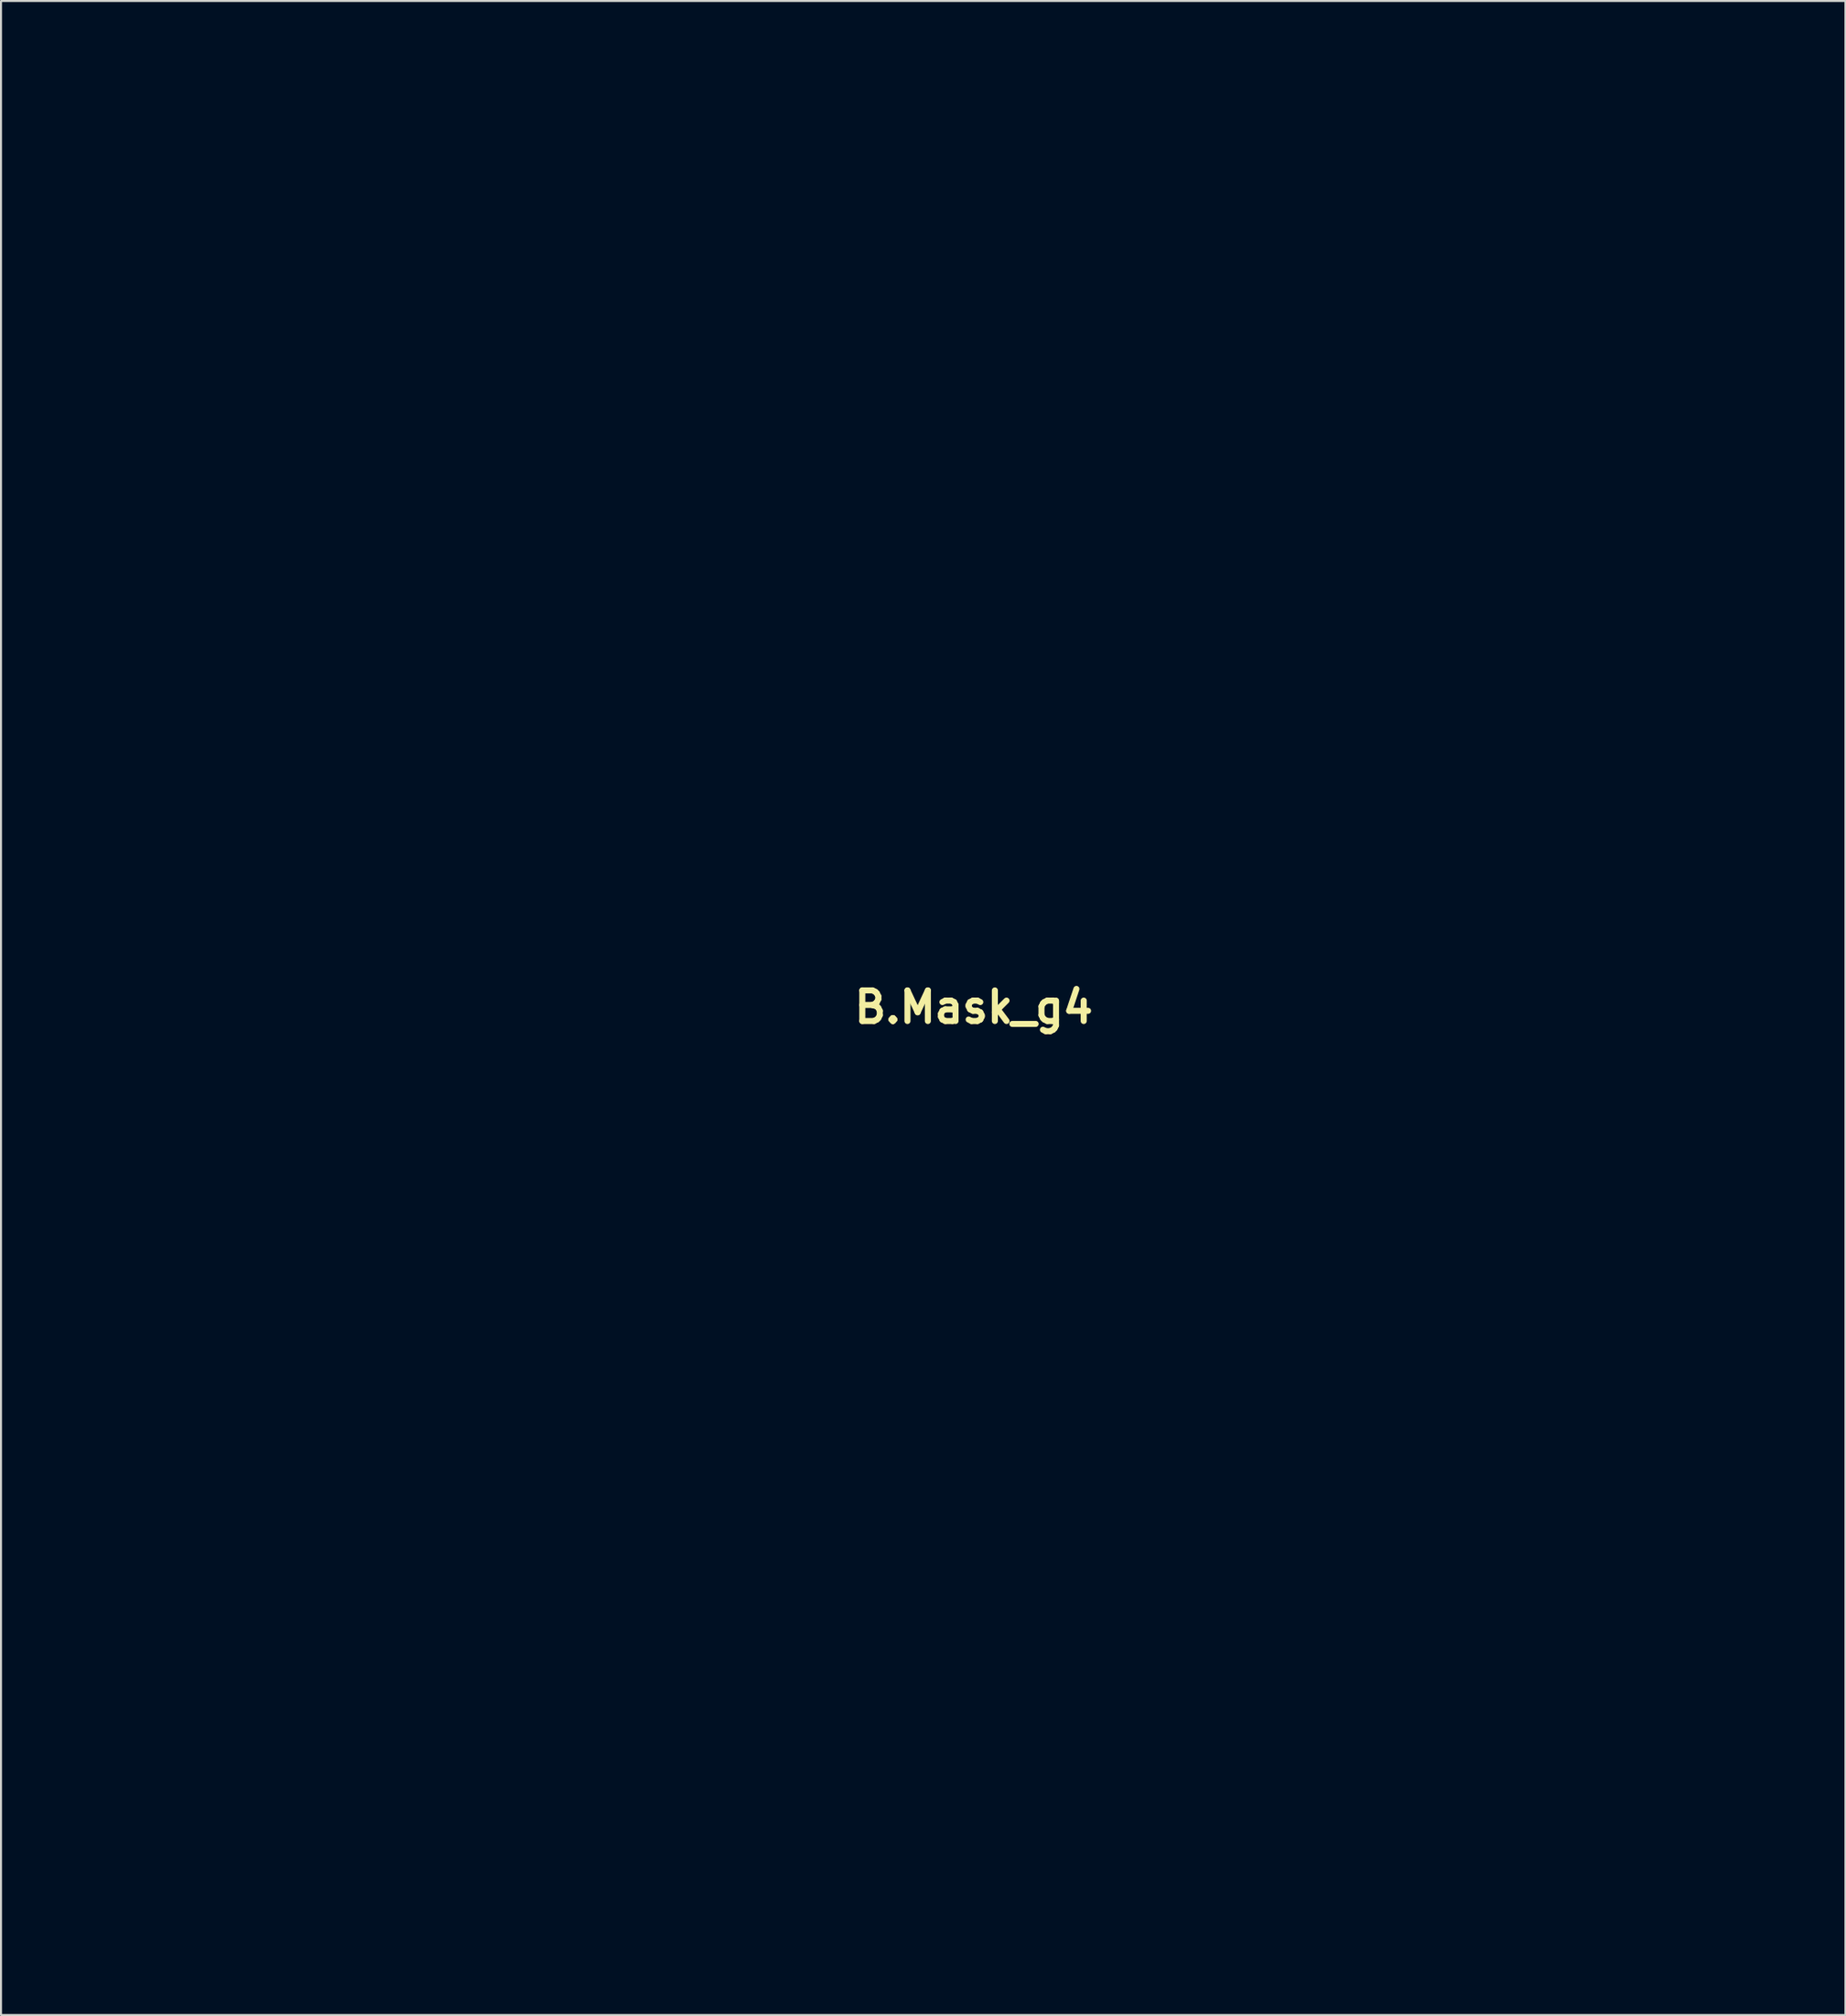
<source format=kicad_pcb>
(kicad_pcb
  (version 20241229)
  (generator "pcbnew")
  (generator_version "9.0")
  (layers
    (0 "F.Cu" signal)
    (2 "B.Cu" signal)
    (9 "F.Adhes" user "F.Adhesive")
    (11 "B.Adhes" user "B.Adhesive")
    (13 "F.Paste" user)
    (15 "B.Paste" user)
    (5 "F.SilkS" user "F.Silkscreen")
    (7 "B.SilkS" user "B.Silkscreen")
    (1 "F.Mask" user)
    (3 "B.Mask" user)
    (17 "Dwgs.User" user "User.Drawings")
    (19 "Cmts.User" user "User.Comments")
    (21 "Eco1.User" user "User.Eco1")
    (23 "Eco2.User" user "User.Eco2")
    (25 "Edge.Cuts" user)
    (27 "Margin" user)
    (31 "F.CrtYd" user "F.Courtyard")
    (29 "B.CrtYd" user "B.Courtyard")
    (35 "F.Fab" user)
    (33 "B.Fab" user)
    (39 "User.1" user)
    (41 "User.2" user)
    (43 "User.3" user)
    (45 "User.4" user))
  (footprint "B.Mask_g4"
    (layer "F.Cu")
    (at 45.465 47.104)
    (property "Reference" "B.Mask_g4" (at 0 0 0) (layer "F.SilkS") (effects (font (size 1.524 1.524) (thickness 0.3))))
    (attr through_hole)
    (fp_poly (pts (xy -5.654 -18.196) (xy -5.269 -18.175) (xy -4.918 -18.142) (xy -4.619 -18.098) (xy -4.386 -18.045) (xy -4.365 -18.039) (xy -4.018 -17.889) (xy -3.676 -17.664) (xy -3.349 -17.372) (xy -3.043 -17.02) (xy -2.764 -16.619) (xy -2.522 -16.177) (xy -2.322 -15.701) (xy -2.265 -15.536) (xy -2.18 -15.19) (xy -2.131 -14.814) (xy -2.119 -14.437) (xy -2.147 -14.089) (xy -2.179 -13.922) (xy -2.354 -13.377) (xy -2.608 -12.846) (xy -2.936 -12.338) (xy -3.333 -11.86) (xy -3.793 -11.418) (xy -4.311 -11.02) (xy -4.374 -10.977) (xy -4.778 -10.757) (xy -5.209 -10.616) (xy -5.664 -10.556) (xy -6.142 -10.577) (xy -6.329 -10.606) (xy -6.864 -10.72) (xy -7.387 -10.862) (xy -7.879 -11.025) (xy -8.324 -11.203) (xy -8.702 -11.39) (xy -8.718 -11.399) (xy -9.09 -11.651) (xy -9.443 -11.968) (xy -9.759 -12.332) (xy -10.019 -12.723) (xy -10.092 -12.859) (xy -10.179 -13.07) (xy -10.261 -13.337) (xy -10.333 -13.631) (xy -10.387 -13.926) (xy -10.417 -14.192) (xy -10.422 -14.309) (xy -10.386 -14.653) (xy -10.282 -15.025) (xy -10.119 -15.415) (xy -9.904 -15.812) (xy -9.643 -16.204) (xy -9.345 -16.581) (xy -9.016 -16.931) (xy -8.663 -17.242) (xy -8.372 -17.455) (xy -7.936 -17.722) (xy -7.529 -17.924) (xy -7.131 -18.067) (xy -6.726 -18.156) (xy -6.295 -18.198) (xy -6.059 -18.203) (xy -5.654 -18.196)) (stroke (width 0.01) (type solid)) (fill yes) (layer "B.Mask"))
    (fp_poly (pts (xy -19.426 -18.005) (xy -19.205 -17.888) (xy -18.986 -17.761) (xy -18.794 -17.639) (xy -18.653 -17.536) (xy -18.648 -17.532) (xy -18.346 -17.244) (xy -18.057 -16.896) (xy -17.791 -16.506) (xy -17.558 -16.092) (xy -17.369 -15.673) (xy -17.235 -15.268) (xy -17.183 -15.019) (xy -17.15 -14.558) (xy -17.19 -14.073) (xy -17.298 -13.578) (xy -17.471 -13.089) (xy -17.704 -12.618) (xy -17.866 -12.36) (xy -18.068 -12.099) (xy -18.326 -11.818) (xy -18.622 -11.536) (xy -18.936 -11.269) (xy -19.248 -11.036) (xy -19.538 -10.854) (xy -19.559 -10.843) (xy -19.893 -10.692) (xy -20.252 -10.59) (xy -20.648 -10.535) (xy -21.096 -10.525) (xy -21.47 -10.546) (xy -22.085 -10.633) (xy -22.722 -10.798) (xy -23.384 -11.041) (xy -23.455 -11.071) (xy -23.945 -11.324) (xy -24.382 -11.637) (xy -24.759 -12.005) (xy -25.072 -12.424) (xy -25.271 -12.789) (xy -25.377 -13.041) (xy -25.451 -13.278) (xy -25.497 -13.526) (xy -25.521 -13.811) (xy -25.526 -14.116) (xy -25.515 -14.522) (xy -25.478 -14.867) (xy -25.408 -15.174) (xy -25.3 -15.465) (xy -25.146 -15.761) (xy -24.951 -16.071) (xy -24.704 -16.409) (xy -24.443 -16.714) (xy -24.183 -16.969) (xy -23.957 -17.147) (xy -23.842 -17.219) (xy -23.666 -17.318) (xy -23.448 -17.435) (xy -23.203 -17.563) (xy -22.949 -17.691) (xy -22.937 -17.697) (xy -22.575 -17.871) (xy -22.266 -18.005) (xy -21.99 -18.105) (xy -21.726 -18.176) (xy -21.455 -18.222) (xy -21.157 -18.249) (xy -20.811 -18.261) (xy -20.632 -18.263) (xy -19.95 -18.267) (xy -19.426 -18.005)) (stroke (width 0.01) (type solid)) (fill yes) (layer "B.Mask"))
    (fp_poly (pts (xy 0.154 -47.08) (xy 0.536 -47.031) (xy 0.908 -46.962) (xy 1.275 -46.871) (xy 1.646 -46.755) (xy 2.025 -46.61) (xy 2.421 -46.432) (xy 2.839 -46.219) (xy 3.286 -45.968) (xy 3.77 -45.675) (xy 4.296 -45.337) (xy 4.871 -44.95) (xy 5.503 -44.512) (xy 5.635 -44.419) (xy 6.089 -44.115) (xy 6.51 -43.869) (xy 6.916 -43.672) (xy 7.112 -43.591) (xy 7.344 -43.521) (xy 7.637 -43.461) (xy 7.967 -43.416) (xy 8.309 -43.387) (xy 8.64 -43.377) (xy 8.936 -43.389) (xy 8.975 -43.393) (xy 9.569 -43.462) (xy 10.099 -43.543) (xy 10.585 -43.642) (xy 11.047 -43.762) (xy 11.505 -43.909) (xy 11.98 -44.088) (xy 12.226 -44.189) (xy 12.736 -44.4) (xy 13.183 -44.576) (xy 13.58 -44.718) (xy 13.94 -44.832) (xy 14.274 -44.919) (xy 14.596 -44.983) (xy 14.917 -45.028) (xy 15.251 -45.057) (xy 15.6 -45.073) (xy 15.904 -45.079) (xy 16.147 -45.08) (xy 16.351 -45.072) (xy 16.539 -45.056) (xy 16.733 -45.03) (xy 16.87 -45.007) (xy 17.584 -44.844) (xy 18.262 -44.604) (xy 18.901 -44.29) (xy 19.499 -43.904) (xy 20.053 -43.446) (xy 20.561 -42.919) (xy 21.02 -42.324) (xy 21.082 -42.233) (xy 21.212 -42.026) (xy 21.358 -41.776) (xy 21.505 -41.506) (xy 21.641 -41.242) (xy 21.754 -41.007) (xy 21.815 -40.862) (xy 21.87 -40.754) (xy 21.927 -40.69) (xy 21.948 -40.682) (xy 22.015 -40.688) (xy 22.144 -40.704) (xy 22.315 -40.727) (xy 22.446 -40.746) (xy 22.831 -40.797) (xy 23.281 -40.849) (xy 23.778 -40.899) (xy 24.302 -40.948) (xy 24.835 -40.992) (xy 25.357 -41.03) (xy 25.85 -41.061) (xy 26.294 -41.083) (xy 26.607 -41.093) (xy 27.714 -41.095) (xy 28.802 -41.052) (xy 29.865 -40.965) (xy 30.897 -40.835) (xy 31.89 -40.663) (xy 32.839 -40.452) (xy 33.736 -40.201) (xy 34.576 -39.913) (xy 35.351 -39.589) (xy 36.056 -39.23) (xy 36.104 -39.203) (xy 36.793 -38.76) (xy 37.426 -38.255) (xy 38.002 -37.689) (xy 38.519 -37.064) (xy 38.977 -36.379) (xy 39.375 -35.638) (xy 39.711 -34.84) (xy 39.986 -33.988) (xy 40.195 -33.101) (xy 40.334 -32.234) (xy 40.412 -31.373) (xy 40.426 -30.51) (xy 40.377 -29.635) (xy 40.263 -28.742) (xy 40.084 -27.822) (xy 39.839 -26.866) (xy 39.562 -25.971) (xy 39.254 -25.12) (xy 38.882 -24.229) (xy 38.452 -23.309) (xy 37.971 -22.371) (xy 37.445 -21.424) (xy 36.878 -20.478) (xy 36.277 -19.544) (xy 35.647 -18.631) (xy 34.995 -17.751) (xy 34.397 -16.997) (xy 33.543 -15.998) (xy 32.653 -15.033) (xy 31.738 -14.114) (xy 30.808 -13.249) (xy 29.873 -12.448) (xy 29.062 -11.811) (xy 28.32 -11.271) (xy 27.567 -10.76) (xy 26.791 -10.271) (xy 25.979 -9.796) (xy 25.122 -9.33) (xy 24.206 -8.865) (xy 23.221 -8.395) (xy 23.029 -8.307) (xy 22.783 -8.195) (xy 22.508 -8.071) (xy 22.216 -7.942) (xy 21.92 -7.812) (xy 21.63 -7.687) (xy 21.361 -7.571) (xy 21.122 -7.469) (xy 20.927 -7.388) (xy 20.787 -7.332) (xy 20.721 -7.308) (xy 20.667 -7.264) (xy 20.6 -7.159) (xy 20.514 -6.984) (xy 20.436 -6.805) (xy 20.094 -6.096) (xy 19.67 -5.408) (xy 19.165 -4.743) (xy 18.578 -4.099) (xy 18.543 -4.063) (xy 18.257 -3.787) (xy 17.974 -3.532) (xy 17.678 -3.287) (xy 17.354 -3.04) (xy 16.986 -2.779) (xy 16.56 -2.491) (xy 16.531 -2.472) (xy 16.196 -2.24) (xy 15.883 -2.002) (xy 15.604 -1.768) (xy 15.37 -1.547) (xy 15.19 -1.349) (xy 15.09 -1.208) (xy 15.04 -1.104) (xy 14.971 -0.941) (xy 14.891 -0.739) (xy 14.81 -0.518) (xy 14.793 -0.467) (xy 14.707 -0.228) (xy 14.616 0.013) (xy 14.531 0.23) (xy 14.461 0.396) (xy 14.455 0.41) (xy 14.208 0.873) (xy 13.905 1.318) (xy 13.559 1.724) (xy 13.189 2.069) (xy 13.13 2.117) (xy 12.996 2.227) (xy 12.893 2.325) (xy 12.836 2.395) (xy 12.829 2.413) (xy 12.834 2.469) (xy 12.85 2.599) (xy 12.875 2.791) (xy 12.908 3.035) (xy 12.947 3.322) (xy 12.992 3.639) (xy 13.019 3.831) (xy 13.107 4.48) (xy 13.176 5.058) (xy 13.227 5.577) (xy 13.26 6.047) (xy 13.275 6.481) (xy 13.272 6.89) (xy 13.252 7.286) (xy 13.215 7.679) (xy 13.161 8.083) (xy 13.119 8.346) (xy 13.048 8.739) (xy 12.974 9.08) (xy 12.891 9.389) (xy 12.792 9.683) (xy 12.671 9.983) (xy 12.52 10.307) (xy 12.333 10.673) (xy 12.23 10.869) (xy 12.03 11.242) (xy 11.863 11.551) (xy 11.724 11.805) (xy 11.607 12.013) (xy 11.506 12.187) (xy 11.416 12.335) (xy 11.33 12.468) (xy 11.243 12.595) (xy 11.166 12.704) (xy 11.054 12.866) (xy 10.925 13.062) (xy 10.788 13.278) (xy 10.653 13.496) (xy 10.53 13.7) (xy 10.429 13.876) (xy 10.359 14.007) (xy 10.336 14.058) (xy 10.3 14.122) (xy 10.222 14.243) (xy 10.11 14.411) (xy 9.971 14.614) (xy 9.813 14.842) (xy 9.644 15.083) (xy 9.472 15.326) (xy 9.304 15.561) (xy 9.148 15.776) (xy 9.012 15.96) (xy 8.903 16.102) (xy 8.887 16.123) (xy 8.78 16.265) (xy 8.691 16.395) (xy 8.637 16.489) (xy 8.632 16.501) (xy 8.594 16.584) (xy 8.522 16.73) (xy 8.422 16.928) (xy 8.299 17.165) (xy 8.161 17.43) (xy 8.012 17.711) (xy 7.86 17.998) (xy 7.71 18.277) (xy 7.569 18.539) (xy 7.442 18.77) (xy 7.337 18.96) (xy 7.258 19.097) (xy 7.248 19.113) (xy 6.937 19.605) (xy 6.585 20.127) (xy 6.208 20.652) (xy 5.828 21.154) (xy 5.546 21.505) (xy 5.077 22.077) (xy 4.623 22.638) (xy 4.188 23.183) (xy 3.778 23.706) (xy 3.394 24.202) (xy 3.043 24.665) (xy 2.727 25.091) (xy 2.451 25.474) (xy 2.218 25.808) (xy 2.034 26.088) (xy 1.916 26.284) (xy 1.806 26.482) (xy 1.675 26.725) (xy 1.539 26.983) (xy 1.414 27.225) (xy 1.413 27.228) (xy 1.295 27.451) (xy 1.171 27.67) (xy 1.054 27.864) (xy 0.958 28.008) (xy 0.946 28.024) (xy 0.609 28.41) (xy 0.213 28.757) (xy -0.225 29.052) (xy -0.684 29.28) (xy -0.836 29.338) (xy -0.989 29.394) (xy -1.094 29.446) (xy -1.177 29.512) (xy -1.259 29.611) (xy -1.364 29.761) (xy -1.365 29.764) (xy -1.639 30.145) (xy -1.957 30.552) (xy -2.311 30.976) (xy -2.689 31.407) (xy -3.084 31.835) (xy -3.485 32.25) (xy -3.884 32.643) (xy -4.27 33.004) (xy -4.635 33.322) (xy -4.968 33.588) (xy -5.21 33.76) (xy -5.359 33.852) (xy -5.559 33.969) (xy -5.787 34.097) (xy -6.019 34.223) (xy -6.071 34.25) (xy -6.638 34.547) (xy -7.01 35.043) (xy -7.308 35.435) (xy -7.619 35.835) (xy -7.93 36.229) (xy -8.231 36.601) (xy -8.507 36.935) (xy -8.747 37.215) (xy -8.749 37.217) (xy -9.143 37.667) (xy -9.476 38.529) (xy -9.58 38.796) (xy -9.68 39.047) (xy -9.77 39.268) (xy -9.843 39.445) (xy -9.895 39.561) (xy -9.905 39.582) (xy -10.12 39.937) (xy -10.401 40.293) (xy -10.699 40.596) (xy -11.028 40.899) (xy -11.032 41.69) (xy -11.053 42.322) (xy -11.111 42.893) (xy -11.21 43.42) (xy -11.353 43.919) (xy -11.544 44.407) (xy -11.688 44.712) (xy -11.986 45.232) (xy -12.331 45.704) (xy -12.716 46.121) (xy -13.134 46.477) (xy -13.577 46.766) (xy -14.039 46.982) (xy -14.395 47.092) (xy -14.66 47.14) (xy -14.963 47.171) (xy -15.272 47.182) (xy -15.553 47.172) (xy -15.684 47.157) (xy -16.176 47.04) (xy -16.648 46.849) (xy -17.089 46.593) (xy -17.49 46.278) (xy -17.839 45.914) (xy -18.127 45.508) (xy -18.295 45.184) (xy -18.38 45.026) (xy -18.491 44.863) (xy -18.54 44.802) (xy -18.612 44.713) (xy -18.721 44.568) (xy -18.857 44.38) (xy -19.011 44.164) (xy -19.173 43.933) (xy -19.201 43.892) (xy -19.388 43.628) (xy -19.597 43.346) (xy -19.808 43.071) (xy -20.006 42.824) (xy -20.152 42.651) (xy -20.406 42.36) (xy -20.669 42.057) (xy -20.931 41.753) (xy -21.186 41.456) (xy -21.424 41.175) (xy -21.639 40.92) (xy -21.822 40.701) (xy -21.966 40.527) (xy -22.061 40.407) (xy -22.549 39.704) (xy -22.971 38.955) (xy -23.328 38.157) (xy -23.62 37.308) (xy -23.849 36.406) (xy -24.015 35.449) (xy -24.06 35.087) (xy -24.086 34.871) (xy -24.11 34.721) (xy -24.137 34.616) (xy -24.173 34.539) (xy -24.224 34.469) (xy -24.247 34.443) (xy -24.444 34.191) (xy -24.652 33.877) (xy -24.86 33.52) (xy -25.057 33.14) (xy -25.232 32.756) (xy -25.337 32.491) (xy -25.465 32.107) (xy -25.575 31.697) (xy -25.66 31.293) (xy -25.714 30.926) (xy -25.722 30.84) (xy -25.743 30.649) (xy -25.778 30.413) (xy -25.821 30.167) (xy -25.848 30.033) (xy -25.954 29.433) (xy -26.007 28.87) (xy -26.008 28.317) (xy -25.99 28.022) (xy -25.97 27.79) (xy -25.96 27.624) (xy -25.96 27.508) (xy -25.97 27.424) (xy -25.991 27.354) (xy -26.025 27.281) (xy -26.028 27.276) (xy -26.207 26.874) (xy -26.355 26.423) (xy -26.475 25.915) (xy -26.568 25.346) (xy -26.634 24.707) (xy -26.672 24.099) (xy -26.715 23.153) (xy -26.87 22.911) (xy -27.063 22.563) (xy -27.223 22.179) (xy -27.324 21.838) (xy -27.346 21.719) (xy -27.373 21.53) (xy -27.404 21.284) (xy -27.438 20.994) (xy -27.473 20.674) (xy -27.508 20.338) (xy -27.542 20) (xy -27.572 19.672) (xy -27.598 19.37) (xy -27.618 19.105) (xy -27.621 19.05) (xy -27.637 18.787) (xy -27.651 18.592) (xy -27.673 18.45) (xy -27.711 18.346) (xy -27.772 18.265) (xy -27.867 18.191) (xy -28.003 18.108) (xy -28.188 18.002) (xy -28.207 17.991) (xy -28.555 17.793) (xy -28.919 17.597) (xy -29.305 17.4) (xy -29.72 17.198) (xy -30.17 16.989) (xy -30.663 16.77) (xy -31.205 16.537) (xy -31.802 16.288) (xy -32.462 16.019) (xy -33.192 15.728) (xy -33.676 15.537) (xy -34.245 15.313) (xy -34.792 15.094) (xy -35.31 14.885) (xy -35.794 14.688) (xy -36.236 14.505) (xy -36.629 14.34) (xy -36.966 14.196) (xy -37.24 14.075) (xy -37.445 13.98) (xy -37.507 13.949) (xy -37.645 13.889) (xy -37.771 13.85) (xy -37.825 13.843) (xy -37.967 13.813) (xy -38.153 13.73) (xy -38.371 13.601) (xy -38.606 13.437) (xy -38.846 13.244) (xy -39.078 13.033) (xy -39.135 12.976) (xy -39.353 12.751) (xy -39.519 12.567) (xy -39.646 12.408) (xy -39.743 12.256) (xy -39.823 12.097) (xy -39.895 11.913) (xy -39.938 11.79) (xy -40.03 11.508) (xy -40.095 11.28) (xy -40.138 11.079) (xy -40.161 10.88) (xy -40.17 10.657) (xy -40.168 10.385) (xy -40.167 10.32) (xy -40.153 9.73) (xy -40.28 9.756) (xy -40.926 9.861) (xy -41.518 9.9) (xy -42.061 9.876) (xy -42.554 9.786) (xy -42.566 9.783) (xy -43.098 9.6) (xy -43.593 9.344) (xy -44.045 9.021) (xy -44.447 8.637) (xy -44.795 8.197) (xy -45.082 7.708) (xy -45.303 7.175) (xy -45.343 7.047) (xy -45.402 6.782) (xy -45.442 6.461) (xy -45.46 6.114) (xy -45.459 6.011) (xy -42.184 6.011) (xy -42.148 6.215) (xy -42.07 6.361) (xy -41.989 6.459) (xy -41.895 6.53) (xy -41.778 6.575) (xy -41.628 6.595) (xy -41.434 6.59) (xy -41.186 6.562) (xy -40.874 6.511) (xy -40.598 6.459) (xy -40.077 6.362) (xy -39.525 6.268) (xy -38.954 6.179) (xy -38.375 6.095) (xy -37.802 6.019) (xy -37.245 5.952) (xy -36.716 5.895) (xy -36.229 5.85) (xy -35.794 5.819) (xy -35.424 5.802) (xy -35.264 5.799) (xy -34.644 5.773) (xy -34.062 5.698) (xy -33.713 5.624) (xy -33.492 5.575) (xy -33.345 5.56) (xy -33.267 5.577) (xy -33.254 5.628) (xy -33.269 5.661) (xy -33.309 5.714) (xy -33.399 5.817) (xy -33.528 5.961) (xy -33.687 6.134) (xy -33.867 6.327) (xy -33.909 6.371) (xy -34.762 7.311) (xy -35.571 8.275) (xy -36.131 8.993) (xy -36.388 9.341) (xy -36.589 9.634) (xy -36.738 9.88) (xy -36.838 10.085) (xy -36.892 10.258) (xy -36.904 10.404) (xy -36.876 10.531) (xy -36.836 10.61) (xy -36.744 10.71) (xy -36.607 10.808) (xy -36.451 10.889) (xy -36.303 10.942) (xy -36.188 10.95) (xy -36.182 10.949) (xy -35.984 10.858) (xy -35.819 10.693) (xy -35.688 10.456) (xy -35.601 10.272) (xy -35.493 10.065) (xy -35.399 9.902) (xy -35.322 9.769) (xy -35.218 9.579) (xy -35.098 9.352) (xy -34.972 9.109) (xy -34.891 8.949) (xy -34.646 8.488) (xy -34.4 8.088) (xy -34.138 7.725) (xy -33.844 7.378) (xy -33.794 7.324) (xy -33.656 7.16) (xy -33.524 6.98) (xy -33.423 6.817) (xy -33.412 6.795) (xy -33.167 6.386) (xy -32.867 6.006) (xy -32.528 5.674) (xy -32.216 5.441) (xy -32.034 5.334) (xy -31.795 5.207) (xy -31.522 5.072) (xy -31.237 4.938) (xy -30.961 4.816) (xy -30.718 4.717) (xy -30.565 4.662) (xy -30.393 4.612) (xy -30.177 4.557) (xy -29.955 4.505) (xy -29.885 4.491) (xy -29.758 4.462) (xy -29.561 4.413) (xy -29.304 4.347) (xy -28.996 4.266) (xy -28.65 4.174) (xy -28.275 4.073) (xy -27.883 3.966) (xy -27.626 3.895) (xy -26.891 3.693) (xy -26.213 3.508) (xy -25.596 3.342) (xy -25.041 3.195) (xy -24.551 3.067) (xy -24.128 2.959) (xy -23.774 2.873) (xy -23.493 2.807) (xy -23.285 2.764) (xy -23.155 2.743) (xy -23.103 2.745) (xy -23.092 2.807) (xy -23.101 2.951) (xy -23.13 3.176) (xy -23.178 3.479) (xy -23.212 3.686) (xy -23.24 3.874) (xy -23.262 4.059) (xy -23.279 4.254) (xy -23.293 4.473) (xy -23.305 4.73) (xy -23.316 5.039) (xy -23.326 5.415) (xy -23.329 5.546) (xy -23.338 5.917) (xy -23.349 6.296) (xy -23.36 6.664) (xy -23.371 7.004) (xy -23.381 7.299) (xy -23.39 7.531) (xy -23.392 7.579) (xy -23.403 7.831) (xy -23.408 8.011) (xy -23.407 8.135) (xy -23.397 8.217) (xy -23.38 8.269) (xy -23.353 8.306) (xy -23.345 8.314) (xy -23.238 8.366) (xy -23.076 8.376) (xy -22.874 8.347) (xy -22.65 8.281) (xy -22.495 8.217) (xy -22.357 8.153) (xy -22.252 8.106) (xy -22.201 8.086) (xy -22.199 8.086) (xy -22.177 8.119) (xy -22.191 8.209) (xy -22.234 8.337) (xy -22.301 8.489) (xy -22.384 8.646) (xy -22.476 8.792) (xy -22.501 8.826) (xy -22.575 8.942) (xy -22.626 9.052) (xy -22.628 9.059) (xy -22.656 9.134) (xy -22.71 9.269) (xy -22.786 9.451) (xy -22.876 9.661) (xy -22.93 9.788) (xy -23.063 10.111) (xy -23.185 10.449) (xy -23.304 10.822) (xy -23.427 11.254) (xy -23.45 11.337) (xy -23.57 11.793) (xy -23.684 12.241) (xy -23.789 12.67) (xy -23.884 13.071) (xy -23.965 13.433) (xy -24.031 13.746) (xy -24.079 14) (xy -24.107 14.183) (xy -24.109 14.203) (xy -24.132 14.389) (xy -24.167 14.615) (xy -24.208 14.838) (xy -24.216 14.88) (xy -24.333 15.585) (xy -24.401 16.339) (xy -24.422 17.149) (xy -24.396 18.021) (xy -24.383 18.224) (xy -24.358 18.588) (xy -24.327 18.986) (xy -24.292 19.4) (xy -24.255 19.807) (xy -24.219 20.189) (xy -24.184 20.522) (xy -24.158 20.743) (xy -24.134 20.931) (xy -24.112 21.05) (xy -24.087 21.117) (xy -24.054 21.148) (xy -24.012 21.159) (xy -23.911 21.135) (xy -23.803 21.051) (xy -23.709 20.929) (xy -23.647 20.787) (xy -23.639 20.751) (xy -23.592 20.58) (xy -23.525 20.443) (xy -23.448 20.355) (xy -23.371 20.326) (xy -23.32 20.351) (xy -23.312 20.403) (xy -23.314 20.523) (xy -23.326 20.693) (xy -23.345 20.896) (xy -23.349 20.934) (xy -23.37 21.175) (xy -23.387 21.485) (xy -23.4 21.847) (xy -23.408 22.244) (xy -23.411 22.661) (xy -23.41 23.081) (xy -23.404 23.487) (xy -23.394 23.865) (xy -23.378 24.197) (xy -23.37 24.323) (xy -23.335 24.715) (xy -23.289 25.045) (xy -23.227 25.336) (xy -23.143 25.611) (xy -23.033 25.891) (xy -22.969 26.035) (xy -22.853 26.289) (xy -22.767 26.487) (xy -22.709 26.649) (xy -22.673 26.796) (xy -22.656 26.948) (xy -22.654 27.127) (xy -22.663 27.352) (xy -22.674 27.557) (xy -22.694 27.99) (xy -22.704 28.352) (xy -22.703 28.656) (xy -22.691 28.914) (xy -22.667 29.14) (xy -22.63 29.348) (xy -22.611 29.433) (xy -22.57 29.629) (xy -22.527 29.876) (xy -22.488 30.139) (xy -22.462 30.346) (xy -22.392 30.811) (xy -22.286 31.224) (xy -22.136 31.616) (xy -22.001 31.889) (xy -21.894 32.085) (xy -21.804 32.227) (xy -21.725 32.314) (xy -21.651 32.341) (xy -21.579 32.306) (xy -21.501 32.205) (xy -21.412 32.036) (xy -21.308 31.793) (xy -21.182 31.476) (xy -21.143 31.374) (xy -21.059 31.157) (xy -20.999 31.008) (xy -20.957 30.917) (xy -20.928 30.872) (xy -20.905 30.862) (xy -20.883 30.876) (xy -20.881 30.879) (xy -20.874 30.926) (xy -20.867 31.05) (xy -20.859 31.241) (xy -20.851 31.492) (xy -20.844 31.793) (xy -20.837 32.137) (xy -20.83 32.515) (xy -20.825 32.886) (xy -20.819 33.348) (xy -20.814 33.735) (xy -20.808 34.056) (xy -20.802 34.321) (xy -20.795 34.538) (xy -20.786 34.718) (xy -20.775 34.87) (xy -20.762 35.002) (xy -20.745 35.125) (xy -20.724 35.248) (xy -20.7 35.38) (xy -20.686 35.449) (xy -20.516 36.179) (xy -20.301 36.845) (xy -20.044 37.446) (xy -19.746 37.977) (xy -19.616 38.17) (xy -19.475 38.356) (xy -19.281 38.601) (xy -19.034 38.9) (xy -18.739 39.25) (xy -18.399 39.648) (xy -18.016 40.089) (xy -17.721 40.426) (xy -17.494 40.694) (xy -17.243 41.004) (xy -16.993 41.328) (xy -16.764 41.637) (xy -16.649 41.799) (xy -16.483 42.037) (xy -16.316 42.269) (xy -16.16 42.479) (xy -16.028 42.652) (xy -15.93 42.771) (xy -15.926 42.775) (xy -15.72 43.034) (xy -15.538 43.309) (xy -15.4 43.571) (xy -15.368 43.646) (xy -15.293 43.808) (xy -15.226 43.889) (xy -15.194 43.9) (xy -15.148 43.871) (xy -15.064 43.797) (xy -14.967 43.7) (xy -14.848 43.555) (xy -14.726 43.373) (xy -14.631 43.202) (xy -14.545 43.014) (xy -14.476 42.827) (xy -14.421 42.632) (xy -14.381 42.419) (xy -14.354 42.179) (xy -14.34 41.902) (xy -14.338 41.577) (xy -14.346 41.197) (xy -14.365 40.75) (xy -14.388 40.301) (xy -14.402 40.007) (xy -14.412 39.664) (xy -14.419 39.284) (xy -14.423 38.88) (xy -14.424 38.466) (xy -14.421 38.054) (xy -14.417 37.658) (xy -14.409 37.29) (xy -14.399 36.963) (xy -14.386 36.691) (xy -14.37 36.486) (xy -14.365 36.436) (xy -14.34 36.233) (xy -14.239 36.328) (xy -14.162 36.422) (xy -14.078 36.556) (xy -14.036 36.637) (xy -13.854 37.021) (xy -13.704 37.335) (xy -13.583 37.588) (xy -13.487 37.784) (xy -13.411 37.933) (xy -13.352 38.041) (xy -13.306 38.114) (xy -13.27 38.161) (xy -13.239 38.188) (xy -13.21 38.203) (xy -13.183 38.211) (xy -13.106 38.225) (xy -13.039 38.222) (xy -12.978 38.194) (xy -12.918 38.132) (xy -12.853 38.029) (xy -12.779 37.877) (xy -12.692 37.669) (xy -12.585 37.396) (xy -12.46 37.065) (xy -12.335 36.735) (xy -12.232 36.469) (xy -12.143 36.255) (xy -12.06 36.079) (xy -11.975 35.927) (xy -11.88 35.785) (xy -11.766 35.639) (xy -11.626 35.476) (xy -11.452 35.282) (xy -11.376 35.198) (xy -11.088 34.869) (xy -10.756 34.469) (xy -10.382 34.001) (xy -9.967 33.467) (xy -9.512 32.867) (xy -9.018 32.203) (xy -8.698 31.767) (xy -8.576 31.61) (xy -8.486 31.519) (xy -8.418 31.486) (xy -8.401 31.487) (xy -8.303 31.502) (xy -8.176 31.522) (xy -8.169 31.523) (xy -8.04 31.512) (xy -7.86 31.453) (xy -7.641 31.352) (xy -7.395 31.216) (xy -7.134 31.052) (xy -6.872 30.868) (xy -6.619 30.669) (xy -6.566 30.624) (xy -6.15 30.248) (xy -5.713 29.817) (xy -5.274 29.352) (xy -4.851 28.874) (xy -4.464 28.403) (xy -4.327 28.226) (xy -4.197 28.043) (xy -4.039 27.8) (xy -3.862 27.515) (xy -3.675 27.204) (xy -3.49 26.883) (xy -3.316 26.568) (xy -3.161 26.277) (xy -3.125 26.204) (xy -3.029 26.016) (xy -2.943 25.853) (xy -2.877 25.732) (xy -2.839 25.669) (xy -2.837 25.666) (xy -2.772 25.63) (xy -2.702 25.672) (xy -2.622 25.793) (xy -2.568 25.908) (xy -2.481 26.08) (xy -2.389 26.184) (xy -2.274 26.234) (xy -2.13 26.247) (xy -2.015 26.239) (xy -1.917 26.212) (xy -1.827 26.156) (xy -1.737 26.062) (xy -1.639 25.921) (xy -1.525 25.724) (xy -1.386 25.461) (xy -1.338 25.366) (xy -1.189 25.078) (xy -1.054 24.824) (xy -0.923 24.592) (xy -0.789 24.368) (xy -0.644 24.141) (xy -0.48 23.896) (xy -0.287 23.622) (xy -0.059 23.305) (xy 0.189 22.966) (xy 0.426 22.645) (xy 0.659 22.334) (xy 0.895 22.025) (xy 1.142 21.707) (xy 1.406 21.371) (xy 1.696 21.008) (xy 2.018 20.609) (xy 2.38 20.163) (xy 2.772 19.685) (xy 3.12 19.249) (xy 3.466 18.792) (xy 3.799 18.332) (xy 4.107 17.885) (xy 4.378 17.467) (xy 4.559 17.166) (xy 4.807 16.725) (xy 5.053 16.258) (xy 5.291 15.783) (xy 5.512 15.316) (xy 5.708 14.876) (xy 5.871 14.478) (xy 5.953 14.256) (xy 6.04 14.01) (xy 6.123 13.787) (xy 6.196 13.6) (xy 6.252 13.464) (xy 6.286 13.393) (xy 6.381 13.31) (xy 6.505 13.305) (xy 6.657 13.38) (xy 6.71 13.42) (xy 6.809 13.494) (xy 6.881 13.54) (xy 6.9 13.547) (xy 6.961 13.511) (xy 7.035 13.404) (xy 7.122 13.22) (xy 7.219 12.975) (xy 7.528 12.252) (xy 7.894 11.586) (xy 8.315 10.981) (xy 8.358 10.927) (xy 8.493 10.745) (xy 8.634 10.539) (xy 8.75 10.352) (xy 8.75 10.351) (xy 8.833 10.206) (xy 8.945 10.011) (xy 9.074 9.786) (xy 9.208 9.553) (xy 9.261 9.461) (xy 9.415 9.186) (xy 9.531 8.959) (xy 9.617 8.759) (xy 9.683 8.565) (xy 9.712 8.467) (xy 9.822 8.002) (xy 9.898 7.548) (xy 9.942 7.074) (xy 9.958 6.553) (xy 9.959 6.456) (xy 9.957 6.25) (xy 9.952 6.06) (xy 9.943 5.873) (xy 9.928 5.677) (xy 9.906 5.458) (xy 9.876 5.203) (xy 9.837 4.899) (xy 9.786 4.534) (xy 9.744 4.233) (xy 9.693 3.877) (xy 9.643 3.538) (xy 9.597 3.229) (xy 9.556 2.961) (xy 9.522 2.744) (xy 9.496 2.591) (xy 9.482 2.519) (xy 9.427 2.221) (xy 9.38 1.865) (xy 9.344 1.475) (xy 9.321 1.078) (xy 9.314 0.721) (xy 9.314 0.442) (xy 9.317 0.237) (xy 9.329 0.095) (xy 9.354 0.005) (xy 9.4 -0.044) (xy 9.471 -0.063) (xy 9.574 -0.062) (xy 9.713 -0.053) (xy 9.713 -0.053) (xy 10.127 -0.062) (xy 10.5 -0.146) (xy 10.836 -0.304) (xy 11.12 -0.52) (xy 11.232 -0.634) (xy 11.329 -0.762) (xy 11.418 -0.918) (xy 11.508 -1.117) (xy 11.607 -1.374) (xy 11.678 -1.574) (xy 11.809 -1.943) (xy 11.928 -2.248) (xy 12.045 -2.508) (xy 12.166 -2.742) (xy 12.302 -2.968) (xy 12.382 -3.09) (xy 12.611 -3.411) (xy 12.853 -3.709) (xy 13.119 -3.992) (xy 13.419 -4.27) (xy 13.763 -4.554) (xy 14.163 -4.852) (xy 14.628 -5.174) (xy 14.69 -5.215) (xy 15.144 -5.526) (xy 15.533 -5.81) (xy 15.867 -6.076) (xy 16.156 -6.333) (xy 16.411 -6.592) (xy 16.642 -6.862) (xy 16.86 -7.153) (xy 16.963 -7.303) (xy 17.246 -7.789) (xy 17.48 -8.324) (xy 17.653 -8.879) (xy 17.717 -9.175) (xy 17.762 -9.409) (xy 17.803 -9.575) (xy 17.846 -9.686) (xy 17.901 -9.758) (xy 17.973 -9.806) (xy 18.049 -9.836) (xy 18.574 -10.024) (xy 19.155 -10.247) (xy 19.776 -10.497) (xy 20.421 -10.767) (xy 21.075 -11.051) (xy 21.722 -11.342) (xy 22.348 -11.633) (xy 22.937 -11.917) (xy 23.473 -12.187) (xy 23.855 -12.391) (xy 25.043 -13.076) (xy 26.155 -13.791) (xy 27.189 -14.535) (xy 27.975 -15.163) (xy 29.006 -16.076) (xy 30.012 -17.056) (xy 30.981 -18.093) (xy 31.903 -19.173) (xy 32.767 -20.283) (xy 33.561 -21.413) (xy 33.856 -21.865) (xy 34.239 -22.486) (xy 34.614 -23.13) (xy 34.976 -23.785) (xy 35.318 -24.439) (xy 35.633 -25.08) (xy 35.916 -25.694) (xy 36.159 -26.27) (xy 36.358 -26.794) (xy 36.392 -26.895) (xy 36.645 -27.698) (xy 36.841 -28.452) (xy 36.984 -29.166) (xy 37.075 -29.853) (xy 37.115 -30.484) (xy 37.107 -31.265) (xy 37.037 -32.02) (xy 36.906 -32.741) (xy 36.717 -33.424) (xy 36.472 -34.061) (xy 36.173 -34.646) (xy 35.821 -35.174) (xy 35.531 -35.519) (xy 35.161 -35.864) (xy 34.713 -36.187) (xy 34.192 -36.486) (xy 33.603 -36.758) (xy 32.95 -37.001) (xy 32.238 -37.215) (xy 31.471 -37.396) (xy 30.653 -37.544) (xy 30.622 -37.549) (xy 30.206 -37.61) (xy 29.827 -37.659) (xy 29.47 -37.699) (xy 29.117 -37.729) (xy 28.753 -37.751) (xy 28.36 -37.765) (xy 27.923 -37.774) (xy 27.425 -37.778) (xy 27.178 -37.779) (xy 26.759 -37.778) (xy 26.407 -37.777) (xy 26.108 -37.773) (xy 25.844 -37.766) (xy 25.599 -37.755) (xy 25.357 -37.74) (xy 25.102 -37.72) (xy 24.816 -37.693) (xy 24.484 -37.66) (xy 24.32 -37.643) (xy 23.976 -37.606) (xy 23.641 -37.569) (xy 23.329 -37.532) (xy 23.056 -37.499) (xy 22.834 -37.469) (xy 22.679 -37.446) (xy 22.648 -37.441) (xy 22.233 -37.356) (xy 21.763 -37.243) (xy 21.262 -37.11) (xy 20.752 -36.963) (xy 20.258 -36.808) (xy 19.879 -36.679) (xy 19.683 -36.612) (xy 19.55 -36.574) (xy 19.468 -36.563) (xy 19.42 -36.575) (xy 19.409 -36.585) (xy 19.387 -36.644) (xy 19.36 -36.772) (xy 19.331 -36.952) (xy 19.303 -37.169) (xy 19.288 -37.296) (xy 19.193 -38.007) (xy 19.065 -38.647) (xy 18.902 -39.22) (xy 18.703 -39.735) (xy 18.465 -40.197) (xy 18.186 -40.613) (xy 18.135 -40.678) (xy 17.793 -41.051) (xy 17.414 -41.347) (xy 16.998 -41.568) (xy 16.543 -41.714) (xy 16.048 -41.785) (xy 15.812 -41.793) (xy 15.561 -41.785) (xy 15.314 -41.759) (xy 15.056 -41.71) (xy 14.777 -41.636) (xy 14.464 -41.534) (xy 14.104 -41.399) (xy 13.686 -41.229) (xy 13.547 -41.17) (xy 13.175 -41.015) (xy 12.861 -40.889) (xy 12.584 -40.786) (xy 12.325 -40.699) (xy 12.066 -40.62) (xy 11.786 -40.543) (xy 11.748 -40.534) (xy 11.194 -40.402) (xy 10.625 -40.29) (xy 10.057 -40.2) (xy 9.506 -40.134) (xy 8.986 -40.092) (xy 8.514 -40.078) (xy 8.104 -40.093) (xy 8.086 -40.094) (xy 7.615 -40.139) (xy 7.215 -40.186) (xy 6.874 -40.238) (xy 6.579 -40.298) (xy 6.316 -40.368) (xy 6.073 -40.45) (xy 5.961 -40.495) (xy 5.635 -40.632) (xy 5.34 -40.765) (xy 5.063 -40.9) (xy 4.793 -41.045) (xy 4.515 -41.208) (xy 4.217 -41.396) (xy 3.886 -41.616) (xy 3.51 -41.875) (xy 3.224 -42.077) (xy 2.635 -42.484) (xy 2.098 -42.835) (xy 1.613 -43.13) (xy 1.182 -43.366) (xy 0.808 -43.544) (xy 0.568 -43.637) (xy 0.134 -43.754) (xy -0.285 -43.8) (xy -0.697 -43.774) (xy -1.104 -43.675) (xy -1.513 -43.5) (xy -1.928 -43.249) (xy -2.354 -42.918) (xy -2.796 -42.508) (xy -2.798 -42.506) (xy -3.165 -42.116) (xy -3.515 -41.7) (xy -3.829 -41.282) (xy -4.085 -40.889) (xy -4.22 -40.669) (xy -4.326 -40.513) (xy -4.409 -40.414) (xy -4.48 -40.361) (xy -4.545 -40.344) (xy -4.551 -40.344) (xy -4.618 -40.361) (xy -4.749 -40.409) (xy -4.931 -40.483) (xy -5.151 -40.577) (xy -5.395 -40.686) (xy -5.472 -40.721) (xy -6.428 -41.143) (xy -7.405 -41.54) (xy -8.379 -41.904) (xy -9.325 -42.223) (xy -9.673 -42.332) (xy -9.887 -42.392) (xy -10.171 -42.464) (xy -10.51 -42.545) (xy -10.891 -42.632) (xy -11.301 -42.723) (xy -11.726 -42.814) (xy -12.151 -42.902) (xy -12.563 -42.985) (xy -12.949 -43.059) (xy -13.295 -43.121) (xy -13.512 -43.157) (xy -14.082 -43.238) (xy -14.693 -43.303) (xy -15.352 -43.355) (xy -16.066 -43.392) (xy -16.841 -43.416) (xy -17.683 -43.426) (xy -18.599 -43.422) (xy -19.071 -43.416) (xy -20.244 -43.392) (xy -21.341 -43.356) (xy -22.37 -43.308) (xy -23.338 -43.247) (xy -24.254 -43.173) (xy -25.125 -43.084) (xy -25.959 -42.98) (xy -26.764 -42.859) (xy -27.549 -42.722) (xy -28.32 -42.567) (xy -29.086 -42.393) (xy -29.316 -42.337) (xy -30.584 -41.994) (xy -31.783 -41.606) (xy -32.918 -41.173) (xy -33.992 -40.691) (xy -35.011 -40.158) (xy -35.978 -39.572) (xy -36.899 -38.931) (xy -37.778 -38.232) (xy -38.015 -38.028) (xy -38.276 -37.792) (xy -38.561 -37.523) (xy -38.858 -37.232) (xy -39.156 -36.933) (xy -39.442 -36.635) (xy -39.706 -36.353) (xy -39.936 -36.096) (xy -40.119 -35.879) (xy -40.189 -35.79) (xy -40.531 -35.273) (xy -40.814 -34.712) (xy -41.029 -34.125) (xy -41.17 -33.529) (xy -41.194 -33.371) (xy -41.219 -33.086) (xy -41.228 -32.743) (xy -41.222 -32.366) (xy -41.202 -31.981) (xy -41.169 -31.611) (xy -41.124 -31.281) (xy -41.105 -31.178) (xy -40.986 -30.644) (xy -40.828 -30.057) (xy -40.638 -29.435) (xy -40.422 -28.8) (xy -40.186 -28.169) (xy -40.008 -27.73) (xy -39.609 -26.852) (xy -39.14 -25.947) (xy -38.61 -25.024) (xy -38.025 -24.092) (xy -37.391 -23.162) (xy -36.715 -22.243) (xy -36.006 -21.345) (xy -35.268 -20.478) (xy -34.51 -19.65) (xy -33.738 -18.873) (xy -33.516 -18.661) (xy -32.794 -17.992) (xy -32.077 -17.349) (xy -31.377 -16.741) (xy -30.7 -16.174) (xy -30.057 -15.656) (xy -29.455 -15.195) (xy -29.273 -15.061) (xy -28.723 -14.66) (xy -28.697 -13.902) (xy -28.684 -13.595) (xy -28.669 -13.352) (xy -28.648 -13.153) (xy -28.619 -12.977) (xy -28.58 -12.803) (xy -28.562 -12.734) (xy -28.382 -12.199) (xy -28.13 -11.67) (xy -27.816 -11.155) (xy -27.447 -10.668) (xy -27.035 -10.217) (xy -26.588 -9.815) (xy -26.116 -9.471) (xy -25.628 -9.198) (xy -25.452 -9.119) (xy -25.293 -9.049) (xy -25.151 -8.979) (xy -25.057 -8.926) (xy -24.969 -8.877) (xy -24.827 -8.809) (xy -24.654 -8.734) (xy -24.571 -8.699) (xy -24.394 -8.623) (xy -24.238 -8.545) (xy -24.125 -8.478) (xy -24.095 -8.454) (xy -23.962 -8.286) (xy -23.854 -8.05) (xy -23.769 -7.74) (xy -23.764 -7.715) (xy -23.694 -7.443) (xy -23.587 -7.116) (xy -23.451 -6.751) (xy -23.294 -6.365) (xy -23.122 -5.976) (xy -22.943 -5.602) (xy -22.765 -5.259) (xy -22.594 -4.964) (xy -22.56 -4.911) (xy -22.261 -4.521) (xy -21.904 -4.19) (xy -21.498 -3.923) (xy -21.051 -3.727) (xy -20.648 -3.62) (xy -20.5 -3.589) (xy -20.387 -3.561) (xy -20.334 -3.542) (xy -20.333 -3.541) (xy -20.349 -3.501) (xy -20.403 -3.396) (xy -20.491 -3.236) (xy -20.609 -3.028) (xy -20.752 -2.782) (xy -20.914 -2.506) (xy -21.062 -2.256) (xy -21.412 -1.662) (xy -21.716 -1.128) (xy -21.977 -0.644) (xy -22.201 -0.203) (xy -22.39 0.204) (xy -22.55 0.587) (xy -22.684 0.953) (xy -22.797 1.312) (xy -22.88 1.626) (xy -22.927 1.806) (xy -22.972 1.957) (xy -23.009 2.058) (xy -23.025 2.087) (xy -23.076 2.106) (xy -23.2 2.139) (xy -23.384 2.184) (xy -23.62 2.237) (xy -23.894 2.296) (xy -24.198 2.359) (xy -24.266 2.373) (xy -24.802 2.484) (xy -25.335 2.599) (xy -25.855 2.715) (xy -26.351 2.829) (xy -26.811 2.94) (xy -27.224 3.044) (xy -27.579 3.138) (xy -27.864 3.221) (xy -27.919 3.238) (xy -28.142 3.306) (xy -28.371 3.372) (xy -28.574 3.427) (xy -28.678 3.452) (xy -28.852 3.496) (xy -29.015 3.544) (xy -29.123 3.582) (xy -29.209 3.612) (xy -29.362 3.66) (xy -29.567 3.719) (xy -29.809 3.788) (xy -30.073 3.86) (xy -30.128 3.875) (xy -30.435 3.961) (xy -30.761 4.058) (xy -31.079 4.157) (xy -31.365 4.252) (xy -31.568 4.324) (xy -31.903 4.442) (xy -32.184 4.52) (xy -32.427 4.561) (xy -32.65 4.569) (xy -32.872 4.545) (xy -32.929 4.534) (xy -33.039 4.519) (xy -33.194 4.51) (xy -33.402 4.507) (xy -33.671 4.509) (xy -34.009 4.516) (xy -34.398 4.528) (xy -35.015 4.557) (xy -35.696 4.604) (xy -36.425 4.666) (xy -37.184 4.741) (xy -37.956 4.828) (xy -38.722 4.924) (xy -39.466 5.027) (xy -40.17 5.136) (xy -40.817 5.248) (xy -40.958 5.275) (xy -41.272 5.338) (xy -41.514 5.393) (xy -41.697 5.446) (xy -41.833 5.499) (xy -41.933 5.557) (xy -42.01 5.624) (xy -42.138 5.81) (xy -42.184 6.011) (xy -45.459 6.011) (xy -45.457 5.768) (xy -45.431 5.451) (xy -45.404 5.289) (xy -45.252 4.744) (xy -45.025 4.232) (xy -44.729 3.76) (xy -44.371 3.335) (xy -43.957 2.964) (xy -43.492 2.653) (xy -42.982 2.409) (xy -42.81 2.347) (xy -42.518 2.258) (xy -42.153 2.166) (xy -41.727 2.072) (xy -41.253 1.978) (xy -40.741 1.887) (xy -40.204 1.8) (xy -39.654 1.72) (xy -39.102 1.649) (xy -38.756 1.61) (xy -38.472 1.579) (xy -38.128 1.541) (xy -37.752 1.498) (xy -37.368 1.455) (xy -37.001 1.413) (xy -36.872 1.398) (xy -36.563 1.366) (xy -36.21 1.335) (xy -35.825 1.305) (xy -35.421 1.278) (xy -35.008 1.253) (xy -34.6 1.232) (xy -34.207 1.215) (xy -33.842 1.203) (xy -33.516 1.196) (xy -33.241 1.194) (xy -33.029 1.199) (xy -32.914 1.208) (xy -32.773 1.215) (xy -32.636 1.196) (xy -32.468 1.144) (xy -32.406 1.121) (xy -32.21 1.048) (xy -32.013 0.981) (xy -31.799 0.915) (xy -31.55 0.843) (xy -31.247 0.762) (xy -31.009 0.699) (xy -30.746 0.629) (xy -30.464 0.55) (xy -30.197 0.473) (xy -29.977 0.406) (xy -29.972 0.404) (xy -29.625 0.298) (xy -29.211 0.179) (xy -28.746 0.051) (xy -28.248 -0.083) (xy -27.732 -0.217) (xy -27.215 -0.347) (xy -26.713 -0.469) (xy -26.242 -0.58) (xy -25.902 -0.656) (xy -25.579 -0.726) (xy -25.462 -1.009) (xy -25.406 -1.135) (xy -25.32 -1.32) (xy -25.211 -1.546) (xy -25.088 -1.796) (xy -24.96 -2.053) (xy -24.949 -2.074) (xy -24.83 -2.311) (xy -24.726 -2.522) (xy -24.641 -2.696) (xy -24.582 -2.821) (xy -24.555 -2.886) (xy -24.553 -2.891) (xy -24.577 -2.94) (xy -24.639 -3.035) (xy -24.718 -3.145) (xy -24.94 -3.472) (xy -25.175 -3.868) (xy -25.414 -4.322) (xy -25.651 -4.82) (xy -25.882 -5.35) (xy -26.056 -5.789) (xy -26.301 -6.434) (xy -26.814 -6.685) (xy -27.5 -7.065) (xy -28.152 -7.515) (xy -28.763 -8.028) (xy -29.328 -8.596) (xy -29.84 -9.212) (xy -30.293 -9.868) (xy -30.681 -10.557) (xy -30.998 -11.271) (xy -31.238 -12.003) (xy -31.264 -12.104) (xy -31.311 -12.277) (xy -31.355 -12.418) (xy -31.389 -12.507) (xy -31.402 -12.527) (xy -31.649 -12.705) (xy -31.949 -12.936) (xy -32.294 -13.211) (xy -32.674 -13.523) (xy -33.082 -13.866) (xy -33.51 -14.232) (xy -33.949 -14.615) (xy -34.391 -15.006) (xy -34.828 -15.399) (xy -35.252 -15.787) (xy -35.654 -16.162) (xy -36.026 -16.517) (xy -36.361 -16.845) (xy -36.386 -16.87) (xy -37.376 -17.907) (xy -38.323 -18.983) (xy -39.22 -20.093) (xy -40.062 -21.227) (xy -40.844 -22.38) (xy -41.562 -23.542) (xy -42.209 -24.708) (xy -42.78 -25.868) (xy -43.033 -26.437) (xy -43.237 -26.937) (xy -43.441 -27.479) (xy -43.639 -28.047) (xy -43.826 -28.624) (xy -43.998 -29.194) (xy -44.149 -29.74) (xy -44.274 -30.247) (xy -44.368 -30.697) (xy -44.383 -30.779) (xy -44.409 -30.957) (xy -44.438 -31.191) (xy -44.466 -31.456) (xy -44.49 -31.724) (xy -44.496 -31.795) (xy -44.527 -32.691) (xy -44.48 -33.554) (xy -44.355 -34.386) (xy -44.151 -35.188) (xy -43.868 -35.962) (xy -43.505 -36.708) (xy -43.063 -37.427) (xy -42.54 -38.122) (xy -42.523 -38.142) (xy -42.334 -38.36) (xy -42.097 -38.622) (xy -41.822 -38.913) (xy -41.525 -39.22) (xy -41.219 -39.529) (xy -40.916 -39.828) (xy -40.631 -40.101) (xy -40.376 -40.337) (xy -40.298 -40.406) (xy -39.296 -41.239) (xy -38.25 -42.009) (xy -37.17 -42.71) (xy -36.064 -43.338) (xy -35.094 -43.816) (xy -33.8 -44.367) (xy -32.446 -44.859) (xy -31.03 -45.292) (xy -29.554 -45.666) (xy -28.017 -45.981) (xy -26.419 -46.238) (xy -24.761 -46.436) (xy -23.791 -46.522) (xy -23.192 -46.564) (xy -22.546 -46.602) (xy -21.863 -46.633) (xy -21.153 -46.66) (xy -20.425 -46.681) (xy -19.689 -46.697) (xy -18.953 -46.707) (xy -18.229 -46.711) (xy -17.525 -46.71) (xy -16.85 -46.703) (xy -16.214 -46.69) (xy -15.627 -46.671) (xy -15.098 -46.647) (xy -14.637 -46.616) (xy -14.33 -46.588) (xy -14.002 -46.551) (xy -13.689 -46.512) (xy -13.376 -46.469) (xy -13.05 -46.418) (xy -12.7 -46.359) (xy -12.311 -46.289) (xy -11.871 -46.205) (xy -11.366 -46.106) (xy -11.131 -46.059) (xy -10.36 -45.897) (xy -9.652 -45.733) (xy -8.985 -45.56) (xy -8.338 -45.371) (xy -7.689 -45.16) (xy -7.017 -44.921) (xy -6.299 -44.647) (xy -6.244 -44.625) (xy -5.609 -44.376) (xy -5.165 -44.809) (xy -4.675 -45.266) (xy -4.208 -45.657) (xy -3.751 -45.989) (xy -3.291 -46.274) (xy -2.813 -46.519) (xy -2.511 -46.653) (xy -1.92 -46.862) (xy -1.312 -47.009) (xy -0.703 -47.089) (xy -0.112 -47.099) (xy 0.154 -47.08)) (stroke (width 0.01) (type solid)) (fill yes) (layer "B.Mask")))
  (gr_rect
    (start -3 -3)
    (end 88.896 97.291)
    (stroke (width 0.1) (type default))
    (fill no)
    (layer "Edge.Cuts")))
</source>
